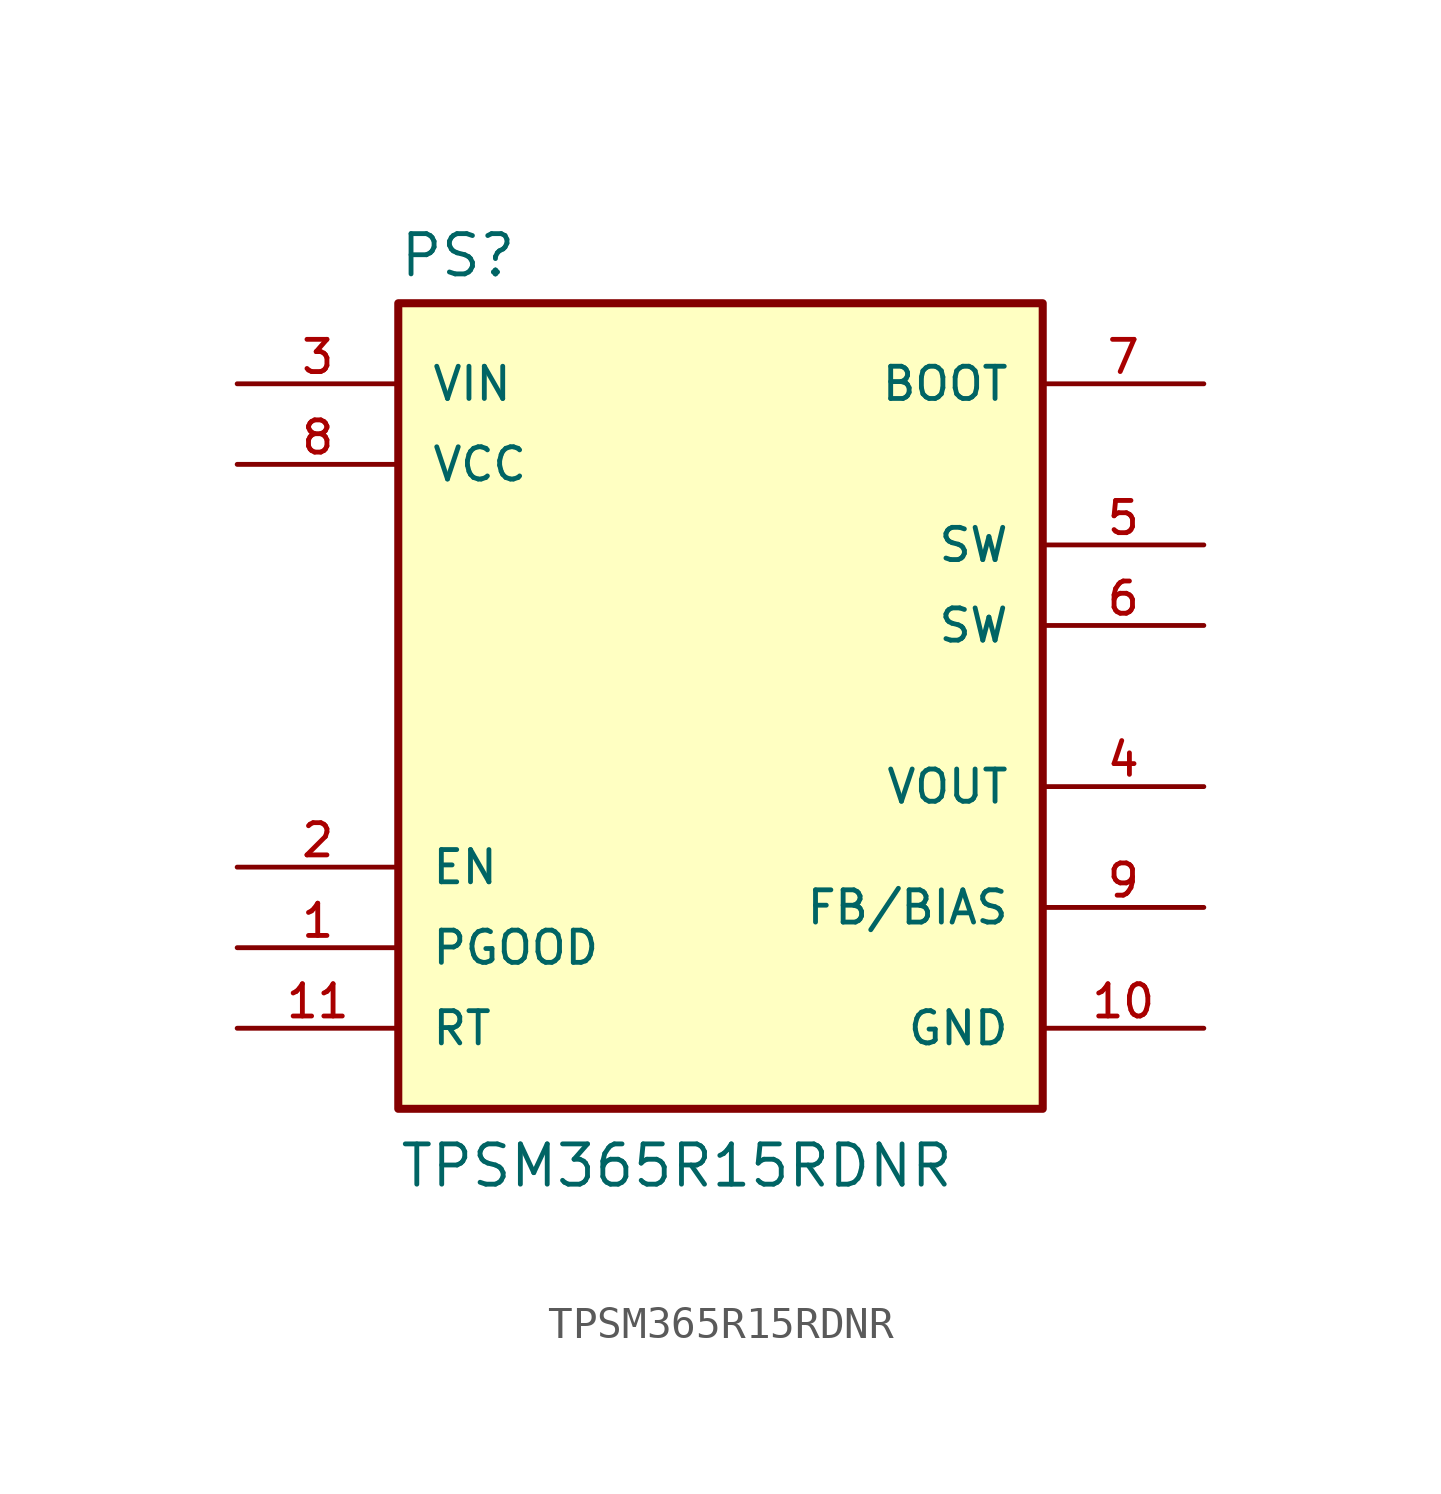
<source format=kicad_sym>
(kicad_symbol_lib
  (version 20241209)
  (generator "kicad_symbol_editor")
  (generator_version "9.0")
  (symbol "TPSM365R15RDNR"
    (pin_names
      (offset 1.016))
    (property "Reference" "PS"
      (at -10.16 13.462 0)
      (effects (font (size 1.27 1.27)) (justify left bottom)))
    (property "Value" "TPSM365R15RDNR"
      (at -10.16 -15.24 0)
      (effects (font (size 1.27 1.27)) (justify left bottom)))
    (symbol "TPSM365R15RDNR_0_0"
      (rectangle (start -10.16 -12.7) (end 10.16 12.7) (stroke (width 0.254) (type default)) (fill (type background)))
      (pin input line (at -15.24 10.16 0) (length 5.08) (name "VIN" (effects (font (size 1.016 1.016)))) (number "3" (effects (font (size 1.016 1.016)))))
      (pin output line (at -15.24 7.62 0) (length 5.08) (name "VCC" (effects (font (size 1.016 1.016)))) (number "8" (effects (font (size 1.016 1.016)))))
      (pin input line (at -15.24 -5.08 0) (length 5.08) (name "EN" (effects (font (size 1.016 1.016)))) (number "2" (effects (font (size 1.016 1.016)))))
      (pin output line (at -15.24 -7.62 0) (length 5.08) (name "PGOOD" (effects (font (size 1.016 1.016)))) (number "1" (effects (font (size 1.016 1.016)))))
      (pin passive line (at -15.24 -10.16 0) (length 5.08) (name "RT" (effects (font (size 1.016 1.016)))) (number "11" (effects (font (size 1.016 1.016)))))
      (pin passive line (at 15.24 10.16 180) (length 5.08) (name "BOOT" (effects (font (size 1.016 1.016)))) (number "7" (effects (font (size 1.016 1.016)))))
      (pin passive line (at 15.24 5.08 180) (length 5.08) (name "SW" (effects (font (size 1.016 1.016)))) (number "5" (effects (font (size 1.016 1.016)))))
      (pin passive line (at 15.24 2.54 180) (length 5.08) (name "SW" (effects (font (size 1.016 1.016)))) (number "6" (effects (font (size 1.016 1.016)))))
      (pin output line (at 15.24 -2.54 180) (length 5.08) (name "VOUT" (effects (font (size 1.016 1.016)))) (number "4" (effects (font (size 1.016 1.016)))))
      (pin input line (at 15.24 -6.35 180) (length 5.08) (name "FB/BIAS" (effects (font (size 1.016 1.016)))) (number "9" (effects (font (size 1.016 1.016)))))
      (pin power_in line (at 15.24 -10.16 180) (length 5.08) (name "GND" (effects (font (size 1.016 1.016)))) (number "10" (effects (font (size 1.016 1.016))))))))
</source>
